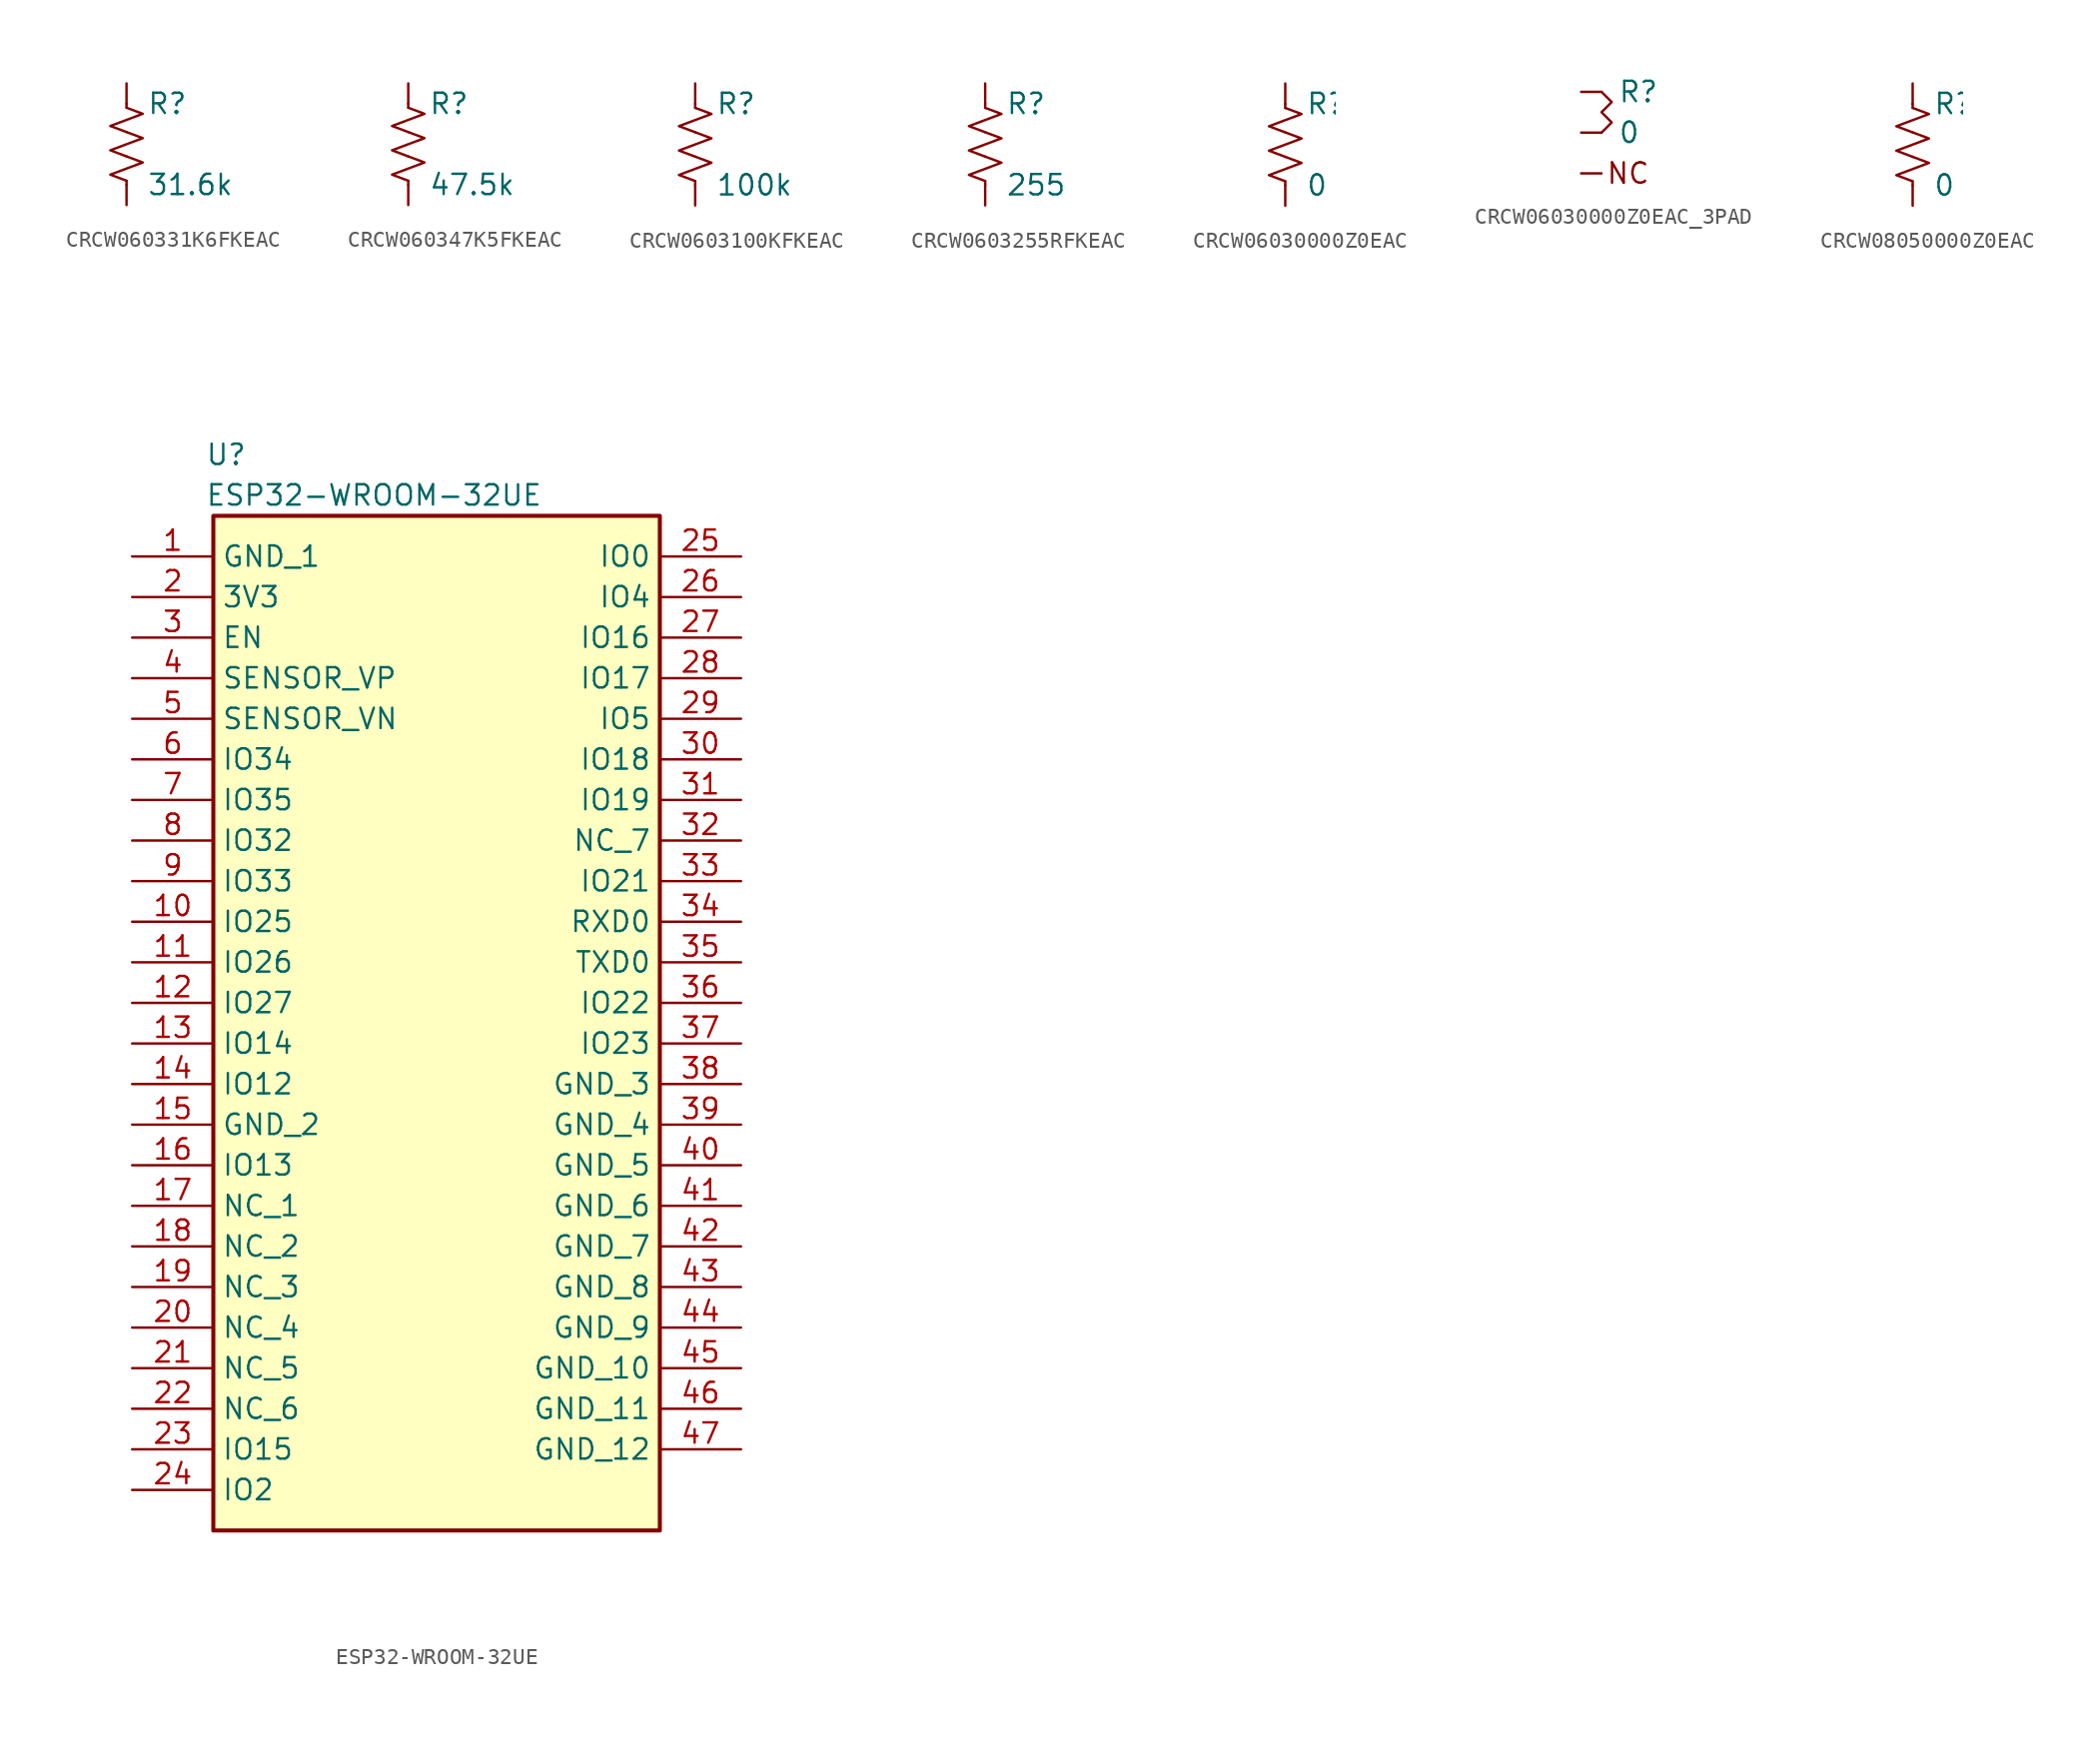
<source format=kicad_sym>
(kicad_symbol_lib
  (version 20231120)
  (generator "kicad_symbol_editor")
  (generator_version "8.0")
  (symbol "CRCW060331K6FKEAC"
    (pin_numbers hide)
    (pin_names
      (offset 0))
    (property "Reference" "R"
      (at 1.27 2.54 0)
      (effects (font (size 1.27 1.27)) (justify left)))
    (property "Value" "31.6k"
      (at 1.27 -2.54 0)
      (effects (font (size 1.27 1.27)) (justify left)))
    (symbol "CRCW060331K6FKEAC_0_1"
      (polyline (pts (xy 0 -2.286) (xy 0 -2.54)) (stroke (width 0) (type default)) (fill (type none)))
      (polyline (pts (xy 0 2.286) (xy 0 2.54)) (stroke (width 0) (type default)) (fill (type none)))
      (polyline (pts (xy 0 -0.762) (xy 1.016 -1.143) (xy 0 -1.524) (xy -1.016 -1.905) (xy 0 -2.286)) (stroke (width 0) (type default)) (fill (type none)))
      (polyline (pts (xy 0 0.762) (xy 1.016 0.381) (xy 0 0) (xy -1.016 -0.381) (xy 0 -0.762)) (stroke (width 0) (type default)) (fill (type none)))
      (polyline (pts (xy 0 2.286) (xy 1.016 1.905) (xy 0 1.524) (xy -1.016 1.143) (xy 0 0.762)) (stroke (width 0) (type default)) (fill (type none))))
    (symbol "CRCW060331K6FKEAC_1_1"
      (pin passive line (at 0 3.81 270) (length 1.27) (name "~" (effects (font (size 1.27 1.27)))) (number "1" (effects (font (size 1.27 1.27)))))
      (pin passive line (at 0 -3.81 90) (length 1.27) (name "~" (effects (font (size 1.27 1.27)))) (number "2" (effects (font (size 1.27 1.27)))))))
  (symbol "CRCW060347K5FKEAC"
    (pin_numbers hide)
    (pin_names
      (offset 0))
    (property "Reference" "R"
      (at 1.27 2.54 0)
      (effects (font (size 1.27 1.27)) (justify left)))
    (property "Value" "47.5k"
      (at 1.27 -2.54 0)
      (effects (font (size 1.27 1.27)) (justify left)))
    (symbol "CRCW060347K5FKEAC_0_1"
      (polyline (pts (xy 0 -2.286) (xy 0 -2.54)) (stroke (width 0) (type default)) (fill (type none)))
      (polyline (pts (xy 0 2.286) (xy 0 2.54)) (stroke (width 0) (type default)) (fill (type none)))
      (polyline (pts (xy 0 -0.762) (xy 1.016 -1.143) (xy 0 -1.524) (xy -1.016 -1.905) (xy 0 -2.286)) (stroke (width 0) (type default)) (fill (type none)))
      (polyline (pts (xy 0 0.762) (xy 1.016 0.381) (xy 0 0) (xy -1.016 -0.381) (xy 0 -0.762)) (stroke (width 0) (type default)) (fill (type none)))
      (polyline (pts (xy 0 2.286) (xy 1.016 1.905) (xy 0 1.524) (xy -1.016 1.143) (xy 0 0.762)) (stroke (width 0) (type default)) (fill (type none))))
    (symbol "CRCW060347K5FKEAC_1_1"
      (pin passive line (at 0 3.81 270) (length 1.27) (name "~" (effects (font (size 1.27 1.27)))) (number "1" (effects (font (size 1.27 1.27)))))
      (pin passive line (at 0 -3.81 90) (length 1.27) (name "~" (effects (font (size 1.27 1.27)))) (number "2" (effects (font (size 1.27 1.27)))))))
  (symbol "CRCW0603100KFKEAC"
    (pin_numbers hide)
    (pin_names
      (offset 0))
    (property "Reference" "R"
      (at 1.27 2.54 0)
      (effects (font (size 1.27 1.27)) (justify left)))
    (property "Value" "100k"
      (at 1.27 -2.54 0)
      (effects (font (size 1.27 1.27)) (justify left)))
    (symbol "CRCW0603100KFKEAC_0_1"
      (polyline (pts (xy 0 -2.286) (xy 0 -2.54)) (stroke (width 0) (type default)) (fill (type none)))
      (polyline (pts (xy 0 2.286) (xy 0 2.54)) (stroke (width 0) (type default)) (fill (type none)))
      (polyline (pts (xy 0 -0.762) (xy 1.016 -1.143) (xy 0 -1.524) (xy -1.016 -1.905) (xy 0 -2.286)) (stroke (width 0) (type default)) (fill (type none)))
      (polyline (pts (xy 0 0.762) (xy 1.016 0.381) (xy 0 0) (xy -1.016 -0.381) (xy 0 -0.762)) (stroke (width 0) (type default)) (fill (type none)))
      (polyline (pts (xy 0 2.286) (xy 1.016 1.905) (xy 0 1.524) (xy -1.016 1.143) (xy 0 0.762)) (stroke (width 0) (type default)) (fill (type none))))
    (symbol "CRCW0603100KFKEAC_1_1"
      (pin passive line (at 0 3.81 270) (length 1.27) (name "~" (effects (font (size 1.27 1.27)))) (number "1" (effects (font (size 1.27 1.27)))))
      (pin passive line (at 0 -3.81 90) (length 1.27) (name "~" (effects (font (size 1.27 1.27)))) (number "2" (effects (font (size 1.27 1.27)))))))
  (symbol "CRCW0603255RFKEAC"
    (pin_numbers hide)
    (pin_names
      (offset 0))
    (property "Reference" "R"
      (at 1.27 2.54 0)
      (effects (font (size 1.27 1.27)) (justify left)))
    (property "Value" "255"
      (at 1.27 -2.54 0)
      (effects (font (size 1.27 1.27)) (justify left)))
    (symbol "CRCW0603255RFKEAC_0_1"
      (polyline (pts (xy 0 -2.286) (xy 0 -2.54)) (stroke (width 0) (type default)) (fill (type none)))
      (polyline (pts (xy 0 2.286) (xy 0 2.54)) (stroke (width 0) (type default)) (fill (type none)))
      (polyline (pts (xy 0 -0.762) (xy 1.016 -1.143) (xy 0 -1.524) (xy -1.016 -1.905) (xy 0 -2.286)) (stroke (width 0) (type default)) (fill (type none)))
      (polyline (pts (xy 0 0.762) (xy 1.016 0.381) (xy 0 0) (xy -1.016 -0.381) (xy 0 -0.762)) (stroke (width 0) (type default)) (fill (type none)))
      (polyline (pts (xy 0 2.286) (xy 1.016 1.905) (xy 0 1.524) (xy -1.016 1.143) (xy 0 0.762)) (stroke (width 0) (type default)) (fill (type none))))
    (symbol "CRCW0603255RFKEAC_1_1"
      (pin passive line (at 0 3.81 270) (length 1.27) (name "~" (effects (font (size 1.27 1.27)))) (number "1" (effects (font (size 1.27 1.27)))))
      (pin passive line (at 0 -3.81 90) (length 1.27) (name "~" (effects (font (size 1.27 1.27)))) (number "2" (effects (font (size 1.27 1.27)))))))
  (symbol "CRCW06030000Z0EAC"
    (pin_numbers hide)
    (pin_names
      (offset 0))
    (property "Reference" "R"
      (at 1.27 2.54 0)
      (effects (font (size 1.27 1.27)) (justify left)))
    (property "Value" "0"
      (at 1.27 -2.54 0)
      (effects (font (size 1.27 1.27)) (justify left)))
    (symbol "CRCW06030000Z0EAC_0_1"
      (polyline (pts (xy 0 -2.286) (xy 0 -2.54)) (stroke (width 0) (type default)) (fill (type none)))
      (polyline (pts (xy 0 2.286) (xy 0 2.54)) (stroke (width 0) (type default)) (fill (type none)))
      (polyline (pts (xy 0 -0.762) (xy 1.016 -1.143) (xy 0 -1.524) (xy -1.016 -1.905) (xy 0 -2.286)) (stroke (width 0) (type default)) (fill (type none)))
      (polyline (pts (xy 0 0.762) (xy 1.016 0.381) (xy 0 0) (xy -1.016 -0.381) (xy 0 -0.762)) (stroke (width 0) (type default)) (fill (type none)))
      (polyline (pts (xy 0 2.286) (xy 1.016 1.905) (xy 0 1.524) (xy -1.016 1.143) (xy 0 0.762)) (stroke (width 0) (type default)) (fill (type none))))
    (symbol "CRCW06030000Z0EAC_1_1"
      (pin passive line (at 0 3.81 270) (length 1.27) (name "~" (effects (font (size 1.27 1.27)))) (number "1" (effects (font (size 1.27 1.27)))))
      (pin passive line (at 0 -3.81 90) (length 1.27) (name "~" (effects (font (size 1.27 1.27)))) (number "2" (effects (font (size 1.27 1.27)))))))
  (symbol "CRCW06030000Z0EAC_3PAD"
    (pin_numbers hide)
    (pin_names
      (offset 0))
    (property "Reference" "R"
      (at 1.016 2.54 0)
      (effects (font (size 1.27 1.27)) (justify left)))
    (property "Value" "0"
      (at 1.016 0 0)
      (effects (font (size 1.27 1.27)) (justify left)))
    (symbol "CRCW06030000Z0EAC_3PAD_0_1"
      (polyline (pts (xy 0 2.54) (xy 0.635 1.905) (xy 0 1.27) (xy 0.635 0.635) (xy 0 0)) (stroke (width 0) (type default)) (fill (type none))))
    (symbol "CRCW06030000Z0EAC_3PAD_1_1"
      (text "NC" (at 0.254 -2.54 0) (effects (font (size 1.27 1.27)) (justify left)))
      (pin passive line (at -1.27 2.54 0) (length 1.27) (name "~" (effects (font (size 1.27 1.27)))) (number "1" (effects (font (size 1.27 1.27)))))
      (pin passive line (at -1.27 0 0) (length 1.27) (name "~" (effects (font (size 1.27 1.27)))) (number "2" (effects (font (size 1.27 1.27)))))
      (pin passive line (at -1.27 -2.54 0) (length 1.27) (name "~" (effects (font (size 1.27 1.27)))) (number "3" (effects (font (size 1.27 1.27)))))))
  (symbol "CRCW08050000Z0EAC"
    (pin_numbers hide)
    (pin_names
      (offset 0))
    (property "Reference" "R"
      (at 1.27 2.54 0)
      (effects (font (size 1.27 1.27)) (justify left)))
    (property "Value" "0"
      (at 1.27 -2.54 0)
      (effects (font (size 1.27 1.27)) (justify left)))
    (symbol "CRCW08050000Z0EAC_0_1"
      (polyline (pts (xy 0 -2.286) (xy 0 -2.54)) (stroke (width 0) (type default)) (fill (type none)))
      (polyline (pts (xy 0 2.286) (xy 0 2.54)) (stroke (width 0) (type default)) (fill (type none)))
      (polyline (pts (xy 0 -0.762) (xy 1.016 -1.143) (xy 0 -1.524) (xy -1.016 -1.905) (xy 0 -2.286)) (stroke (width 0) (type default)) (fill (type none)))
      (polyline (pts (xy 0 0.762) (xy 1.016 0.381) (xy 0 0) (xy -1.016 -0.381) (xy 0 -0.762)) (stroke (width 0) (type default)) (fill (type none)))
      (polyline (pts (xy 0 2.286) (xy 1.016 1.905) (xy 0 1.524) (xy -1.016 1.143) (xy 0 0.762)) (stroke (width 0) (type default)) (fill (type none))))
    (symbol "CRCW08050000Z0EAC_1_1"
      (pin passive line (at 0 3.81 270) (length 1.27) (name "~" (effects (font (size 1.27 1.27)))) (number "1" (effects (font (size 1.27 1.27)))))
      (pin passive line (at 0 -3.81 90) (length 1.27) (name "~" (effects (font (size 1.27 1.27)))) (number "2" (effects (font (size 1.27 1.27)))))))
  (symbol "ESP32-WROOM-32UE"
    (property "Reference" "U"
      (at -14.478 36.322 0)
      (effects (font (size 1.27 1.27)) (justify left top)))
    (property "Value" "ESP32-WROOM-32UE"
      (at -14.478 33.782 0)
      (effects (font (size 1.27 1.27)) (justify left top)))
    (symbol "ESP32-WROOM-32UE_1_1"
      (rectangle (start -13.97 31.75) (end 13.97 -31.75) (stroke (width 0.254) (type default)) (fill (type background)))
      (pin passive line (at -19.05 29.21 0) (length 5.08) (name "GND_1" (effects (font (size 1.27 1.27)))) (number "1" (effects (font (size 1.27 1.27)))))
      (pin passive line (at -19.05 6.35 0) (length 5.08) (name "IO25" (effects (font (size 1.27 1.27)))) (number "10" (effects (font (size 1.27 1.27)))))
      (pin passive line (at -19.05 3.81 0) (length 5.08) (name "IO26" (effects (font (size 1.27 1.27)))) (number "11" (effects (font (size 1.27 1.27)))))
      (pin passive line (at -19.05 1.27 0) (length 5.08) (name "IO27" (effects (font (size 1.27 1.27)))) (number "12" (effects (font (size 1.27 1.27)))))
      (pin passive line (at -19.05 -1.27 0) (length 5.08) (name "IO14" (effects (font (size 1.27 1.27)))) (number "13" (effects (font (size 1.27 1.27)))))
      (pin passive line (at -19.05 -3.81 0) (length 5.08) (name "IO12" (effects (font (size 1.27 1.27)))) (number "14" (effects (font (size 1.27 1.27)))))
      (pin passive line (at -19.05 -6.35 0) (length 5.08) (name "GND_2" (effects (font (size 1.27 1.27)))) (number "15" (effects (font (size 1.27 1.27)))))
      (pin passive line (at -19.05 -8.89 0) (length 5.08) (name "IO13" (effects (font (size 1.27 1.27)))) (number "16" (effects (font (size 1.27 1.27)))))
      (pin passive line (at -19.05 -11.43 0) (length 5.08) (name "NC_1" (effects (font (size 1.27 1.27)))) (number "17" (effects (font (size 1.27 1.27)))))
      (pin passive line (at -19.05 -13.97 0) (length 5.08) (name "NC_2" (effects (font (size 1.27 1.27)))) (number "18" (effects (font (size 1.27 1.27)))))
      (pin passive line (at -19.05 -16.51 0) (length 5.08) (name "NC_3" (effects (font (size 1.27 1.27)))) (number "19" (effects (font (size 1.27 1.27)))))
      (pin passive line (at -19.05 26.67 0) (length 5.08) (name "3V3" (effects (font (size 1.27 1.27)))) (number "2" (effects (font (size 1.27 1.27)))))
      (pin passive line (at -19.05 -19.05 0) (length 5.08) (name "NC_4" (effects (font (size 1.27 1.27)))) (number "20" (effects (font (size 1.27 1.27)))))
      (pin passive line (at -19.05 -21.59 0) (length 5.08) (name "NC_5" (effects (font (size 1.27 1.27)))) (number "21" (effects (font (size 1.27 1.27)))))
      (pin passive line (at -19.05 -24.13 0) (length 5.08) (name "NC_6" (effects (font (size 1.27 1.27)))) (number "22" (effects (font (size 1.27 1.27)))))
      (pin passive line (at -19.05 -26.67 0) (length 5.08) (name "IO15" (effects (font (size 1.27 1.27)))) (number "23" (effects (font (size 1.27 1.27)))))
      (pin passive line (at -19.05 -29.21 0) (length 5.08) (name "IO2" (effects (font (size 1.27 1.27)))) (number "24" (effects (font (size 1.27 1.27)))))
      (pin passive line (at 19.05 29.21 180) (length 5.08) (name "IO0" (effects (font (size 1.27 1.27)))) (number "25" (effects (font (size 1.27 1.27)))))
      (pin passive line (at 19.05 26.67 180) (length 5.08) (name "IO4" (effects (font (size 1.27 1.27)))) (number "26" (effects (font (size 1.27 1.27)))))
      (pin passive line (at 19.05 24.13 180) (length 5.08) (name "IO16" (effects (font (size 1.27 1.27)))) (number "27" (effects (font (size 1.27 1.27)))))
      (pin passive line (at 19.05 21.59 180) (length 5.08) (name "IO17" (effects (font (size 1.27 1.27)))) (number "28" (effects (font (size 1.27 1.27)))))
      (pin passive line (at 19.05 19.05 180) (length 5.08) (name "IO5" (effects (font (size 1.27 1.27)))) (number "29" (effects (font (size 1.27 1.27)))))
      (pin passive line (at -19.05 24.13 0) (length 5.08) (name "EN" (effects (font (size 1.27 1.27)))) (number "3" (effects (font (size 1.27 1.27)))))
      (pin passive line (at 19.05 16.51 180) (length 5.08) (name "IO18" (effects (font (size 1.27 1.27)))) (number "30" (effects (font (size 1.27 1.27)))))
      (pin passive line (at 19.05 13.97 180) (length 5.08) (name "IO19" (effects (font (size 1.27 1.27)))) (number "31" (effects (font (size 1.27 1.27)))))
      (pin passive line (at 19.05 11.43 180) (length 5.08) (name "NC_7" (effects (font (size 1.27 1.27)))) (number "32" (effects (font (size 1.27 1.27)))))
      (pin passive line (at 19.05 8.89 180) (length 5.08) (name "IO21" (effects (font (size 1.27 1.27)))) (number "33" (effects (font (size 1.27 1.27)))))
      (pin passive line (at 19.05 6.35 180) (length 5.08) (name "RXD0" (effects (font (size 1.27 1.27)))) (number "34" (effects (font (size 1.27 1.27)))))
      (pin passive line (at 19.05 3.81 180) (length 5.08) (name "TXD0" (effects (font (size 1.27 1.27)))) (number "35" (effects (font (size 1.27 1.27)))))
      (pin passive line (at 19.05 1.27 180) (length 5.08) (name "IO22" (effects (font (size 1.27 1.27)))) (number "36" (effects (font (size 1.27 1.27)))))
      (pin passive line (at 19.05 -1.27 180) (length 5.08) (name "IO23" (effects (font (size 1.27 1.27)))) (number "37" (effects (font (size 1.27 1.27)))))
      (pin passive line (at 19.05 -3.81 180) (length 5.08) (name "GND_3" (effects (font (size 1.27 1.27)))) (number "38" (effects (font (size 1.27 1.27)))))
      (pin passive line (at 19.05 -6.35 180) (length 5.08) (name "GND_4" (effects (font (size 1.27 1.27)))) (number "39" (effects (font (size 1.27 1.27)))))
      (pin passive line (at -19.05 21.59 0) (length 5.08) (name "SENSOR_VP" (effects (font (size 1.27 1.27)))) (number "4" (effects (font (size 1.27 1.27)))))
      (pin passive line (at 19.05 -8.89 180) (length 5.08) (name "GND_5" (effects (font (size 1.27 1.27)))) (number "40" (effects (font (size 1.27 1.27)))))
      (pin passive line (at 19.05 -11.43 180) (length 5.08) (name "GND_6" (effects (font (size 1.27 1.27)))) (number "41" (effects (font (size 1.27 1.27)))))
      (pin passive line (at 19.05 -13.97 180) (length 5.08) (name "GND_7" (effects (font (size 1.27 1.27)))) (number "42" (effects (font (size 1.27 1.27)))))
      (pin passive line (at 19.05 -16.51 180) (length 5.08) (name "GND_8" (effects (font (size 1.27 1.27)))) (number "43" (effects (font (size 1.27 1.27)))))
      (pin passive line (at 19.05 -19.05 180) (length 5.08) (name "GND_9" (effects (font (size 1.27 1.27)))) (number "44" (effects (font (size 1.27 1.27)))))
      (pin passive line (at 19.05 -21.59 180) (length 5.08) (name "GND_10" (effects (font (size 1.27 1.27)))) (number "45" (effects (font (size 1.27 1.27)))))
      (pin passive line (at 19.05 -24.13 180) (length 5.08) (name "GND_11" (effects (font (size 1.27 1.27)))) (number "46" (effects (font (size 1.27 1.27)))))
      (pin passive line (at 19.05 -26.67 180) (length 5.08) (name "GND_12" (effects (font (size 1.27 1.27)))) (number "47" (effects (font (size 1.27 1.27)))))
      (pin passive line (at -19.05 19.05 0) (length 5.08) (name "SENSOR_VN" (effects (font (size 1.27 1.27)))) (number "5" (effects (font (size 1.27 1.27)))))
      (pin passive line (at -19.05 16.51 0) (length 5.08) (name "IO34" (effects (font (size 1.27 1.27)))) (number "6" (effects (font (size 1.27 1.27)))))
      (pin passive line (at -19.05 13.97 0) (length 5.08) (name "IO35" (effects (font (size 1.27 1.27)))) (number "7" (effects (font (size 1.27 1.27)))))
      (pin passive line (at -19.05 11.43 0) (length 5.08) (name "IO32" (effects (font (size 1.27 1.27)))) (number "8" (effects (font (size 1.27 1.27)))))
      (pin passive line (at -19.05 8.89 0) (length 5.08) (name "IO33" (effects (font (size 1.27 1.27)))) (number "9" (effects (font (size 1.27 1.27))))))))
</source>
